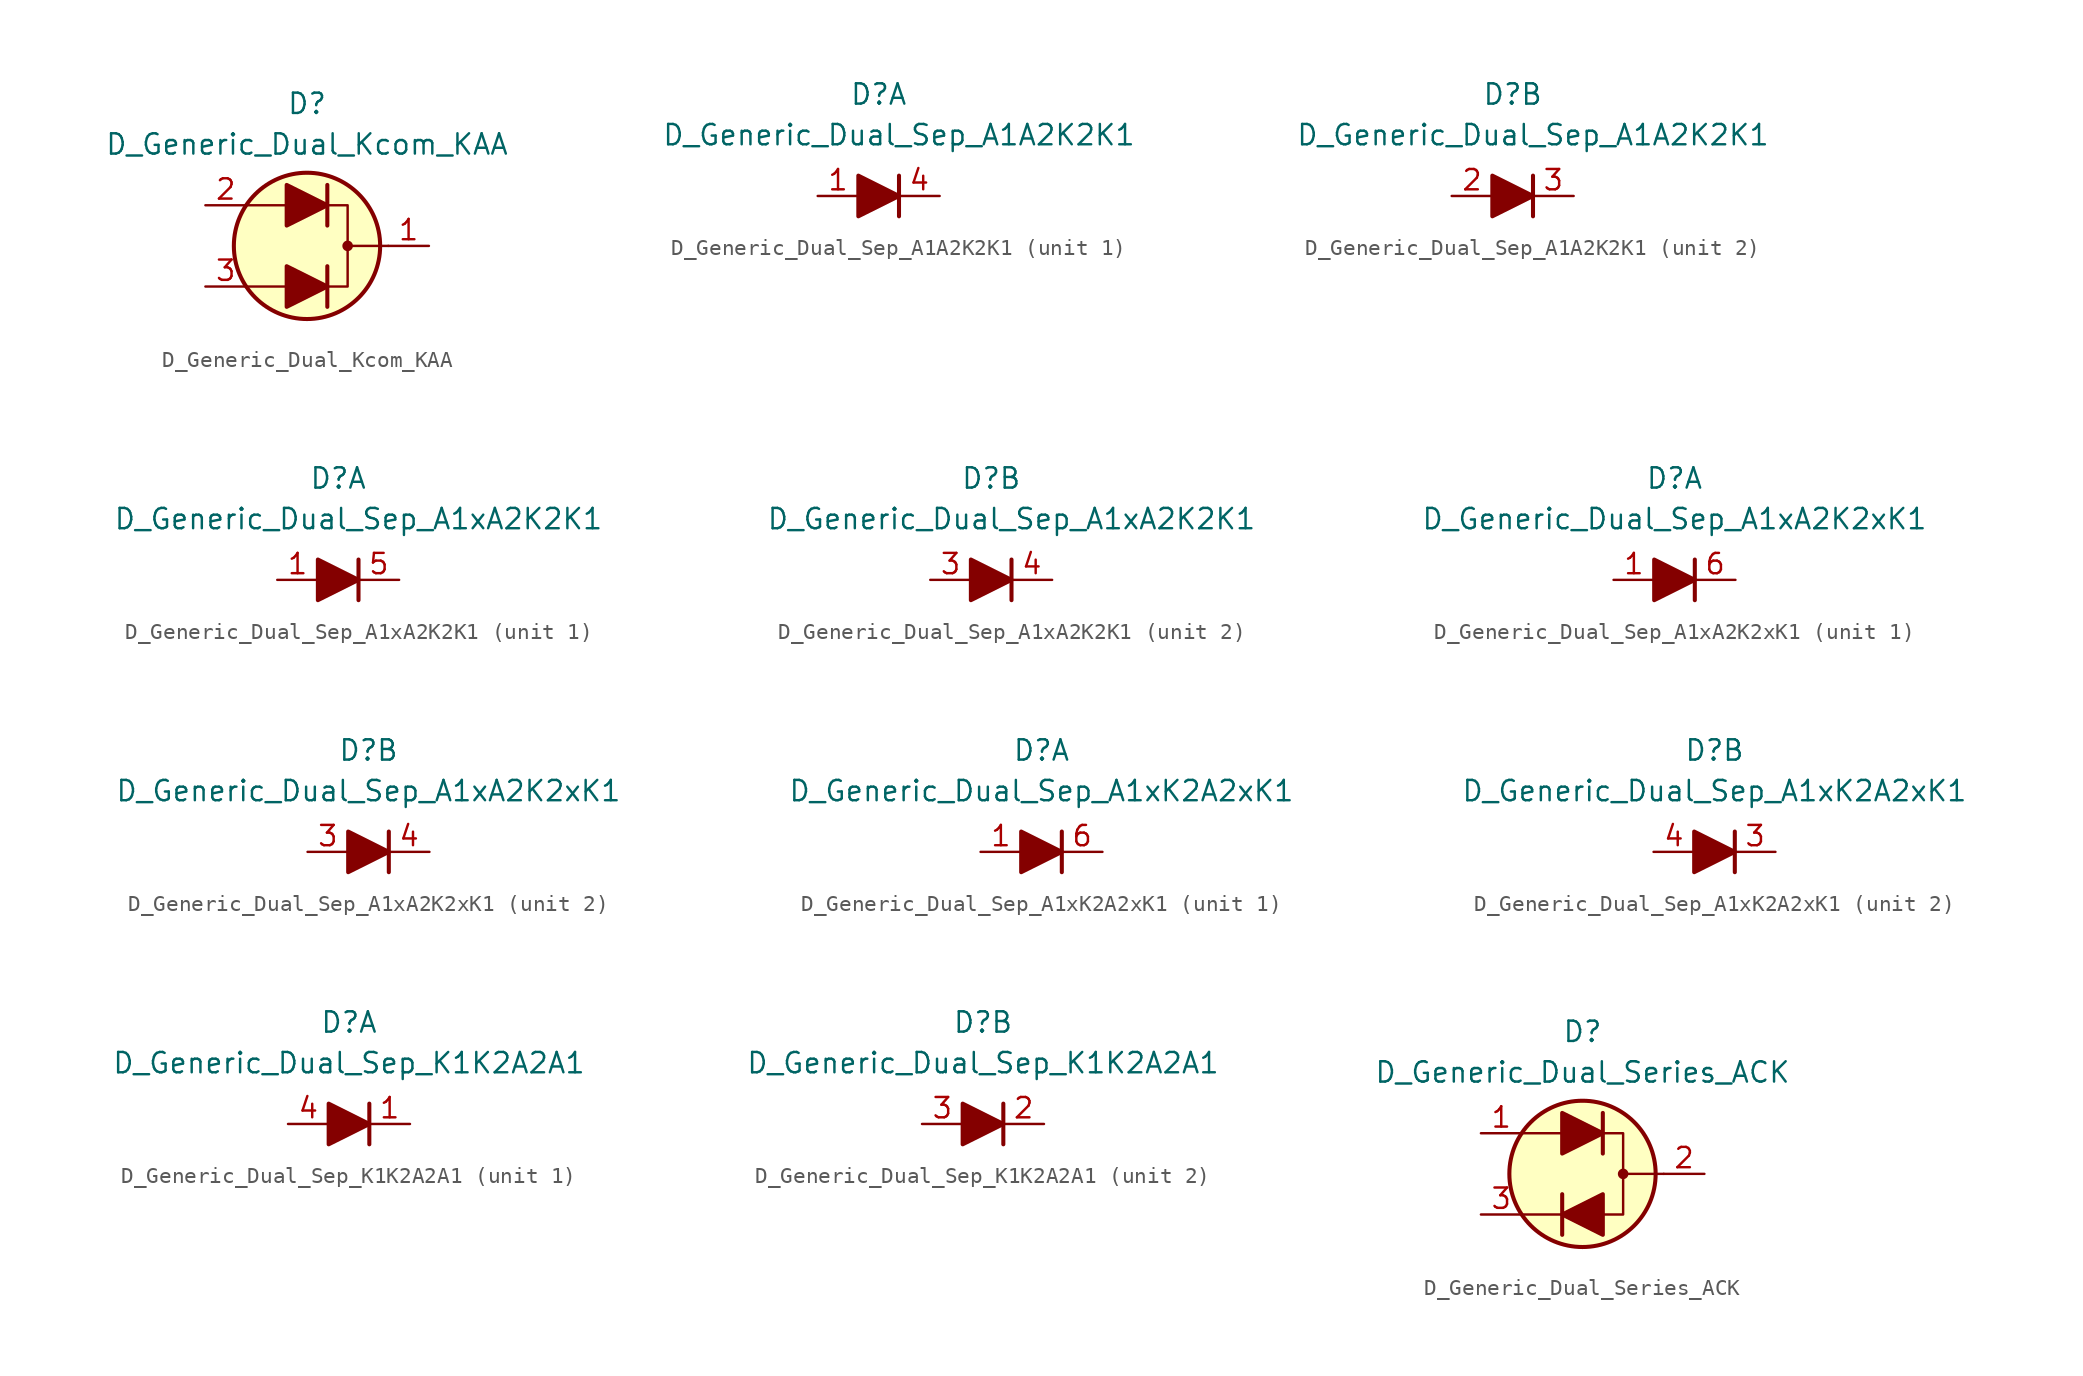
<source format=kicad_sym>
(kicad_symbol_lib
  (version 20210619)
  (generator kicad_symbol_editor)
  (symbol "Diode_AKL:D_Generic_Dual_Kcom_KAA"
    (pin_names
      (offset 1.016) hide)
    (property "Reference" "D"
      (at 0 8.89 0)
      (effects (font (size 1.27 1.27))))
    (property "Value" "D_Generic_Dual_Kcom_KAA"
      (at 0 6.35 0)
      (effects (font (size 1.27 1.27))))
    (symbol "D_Generic_Dual_Kcom_KAA_0_1"
      (circle (center 2.54 0) (radius 0.254) (stroke (width 0)) (fill (type outline)))
      (circle (center 0 0) (radius 4.572) (stroke (width 0.254)) (fill (type background)))
      (polyline (pts (xy -1.27 -2.54) (xy -3.81 -2.54)) (stroke (width 0)) (fill (type none)))
      (polyline (pts (xy -1.27 2.54) (xy -3.81 2.54)) (stroke (width 0)) (fill (type none)))
      (polyline (pts (xy 1.27 -3.81) (xy 1.27 -1.27)) (stroke (width 0.254)) (fill (type none)))
      (polyline (pts (xy 1.27 1.27) (xy 1.27 3.81)) (stroke (width 0.254)) (fill (type none)))
      (polyline (pts (xy 5.08 0) (xy 2.54 0)) (stroke (width 0)) (fill (type none)))
      (polyline (pts (xy 1.27 -2.54) (xy 2.54 -2.54) (xy 2.54 2.54) (xy 1.27 2.54)) (stroke (width 0)) (fill (type none))))
    (symbol "D_Generic_Dual_Kcom_KAA_1_1"
      (polyline (pts (xy -1.27 -2.54) (xy 1.27 -2.54)) (stroke (width 0)) (fill (type none)))
      (polyline (pts (xy -1.27 2.54) (xy 1.27 2.54)) (stroke (width 0)) (fill (type none)))
      (polyline (pts (xy -1.27 -3.81) (xy -1.27 -1.27) (xy 1.27 -2.54) (xy -1.27 -3.81)) (stroke (width 0.254)) (fill (type outline)))
      (polyline (pts (xy -1.27 1.27) (xy -1.27 3.81) (xy 1.27 2.54) (xy -1.27 1.27)) (stroke (width 0.254)) (fill (type outline)))
      (pin passive line (at 7.62 0 180) (length 2.54) (name "K" (effects (font (size 1.27 1.27)))) (number "1" (effects (font (size 1.27 1.27)))))
      (pin passive line (at -6.35 2.54 0) (length 2.54) (name "A2" (effects (font (size 1.27 1.27)))) (number "2" (effects (font (size 1.27 1.27)))))
      (pin passive line (at -6.35 -2.54 0) (length 2.54) (name "A1" (effects (font (size 1.27 1.27)))) (number "3" (effects (font (size 1.27 1.27)))))))
  (symbol "Diode_AKL:D_Generic_Dual_Sep_A1A2K2K1"
    (pin_names
      (offset 1.016) hide)
    (property "Reference" "D"
      (at 0 6.35 0)
      (effects (font (size 1.27 1.27))))
    (property "Value" "D_Generic_Dual_Sep_A1A2K2K1"
      (at 1.27 3.81 0)
      (effects (font (size 1.27 1.27))))
    (symbol "D_Generic_Dual_Sep_A1A2K2K1_0_1"
      (polyline (pts (xy 1.27 1.27) (xy 1.27 -1.27)) (stroke (width 0.254)) (fill (type none))))
    (symbol "D_Generic_Dual_Sep_A1A2K2K1_1_1"
      (polyline (pts (xy -1.27 0) (xy 1.27 0)) (stroke (width 0)) (fill (type none)))
      (polyline (pts (xy -1.27 1.27) (xy -1.27 -1.27) (xy 1.27 0) (xy -1.27 1.27)) (stroke (width 0.254)) (fill (type outline)))
      (pin passive line (at -3.81 0 0) (length 2.54) (name "A1" (effects (font (size 1.27 1.27)))) (number "1" (effects (font (size 1.27 1.27)))))
      (pin passive line (at 3.81 0 180) (length 2.54) (name "K1" (effects (font (size 1.27 1.27)))) (number "4" (effects (font (size 1.27 1.27))))))
    (symbol "D_Generic_Dual_Sep_A1A2K2K1_2_1"
      (polyline (pts (xy -1.27 0) (xy 1.27 0)) (stroke (width 0)) (fill (type none)))
      (polyline (pts (xy -1.27 1.27) (xy -1.27 -1.27) (xy 1.27 0) (xy -1.27 1.27)) (stroke (width 0.254)) (fill (type outline)))
      (pin passive line (at -3.81 0 0) (length 2.54) (name "A2" (effects (font (size 1.27 1.27)))) (number "2" (effects (font (size 1.27 1.27)))))
      (pin passive line (at 3.81 0 180) (length 2.54) (name "K2" (effects (font (size 1.27 1.27)))) (number "3" (effects (font (size 1.27 1.27)))))))
  (symbol "Diode_AKL:D_Generic_Dual_Sep_A1xA2K2K1"
    (pin_names
      (offset 1.016) hide)
    (property "Reference" "D"
      (at 0 6.35 0)
      (effects (font (size 1.27 1.27))))
    (property "Value" "D_Generic_Dual_Sep_A1xA2K2K1"
      (at 1.27 3.81 0)
      (effects (font (size 1.27 1.27))))
    (symbol "D_Generic_Dual_Sep_A1xA2K2K1_0_1"
      (polyline (pts (xy 1.27 1.27) (xy 1.27 -1.27)) (stroke (width 0.254)) (fill (type none))))
    (symbol "D_Generic_Dual_Sep_A1xA2K2K1_1_1"
      (polyline (pts (xy -1.27 0) (xy 1.27 0)) (stroke (width 0)) (fill (type none)))
      (polyline (pts (xy -1.27 1.27) (xy -1.27 -1.27) (xy 1.27 0) (xy -1.27 1.27)) (stroke (width 0.254)) (fill (type outline)))
      (pin passive line (at -3.81 0 0) (length 2.54) (name "A1" (effects (font (size 1.27 1.27)))) (number "1" (effects (font (size 1.27 1.27)))))
      (pin passive line (at 3.81 0 180) (length 2.54) (name "K1" (effects (font (size 1.27 1.27)))) (number "5" (effects (font (size 1.27 1.27))))))
    (symbol "D_Generic_Dual_Sep_A1xA2K2K1_2_1"
      (polyline (pts (xy -1.27 0) (xy 1.27 0)) (stroke (width 0)) (fill (type none)))
      (polyline (pts (xy -1.27 1.27) (xy -1.27 -1.27) (xy 1.27 0) (xy -1.27 1.27)) (stroke (width 0.254)) (fill (type outline)))
      (pin passive line (at -3.81 0 0) (length 2.54) (name "A2" (effects (font (size 1.27 1.27)))) (number "3" (effects (font (size 1.27 1.27)))))
      (pin passive line (at 3.81 0 180) (length 2.54) (name "K2" (effects (font (size 1.27 1.27)))) (number "4" (effects (font (size 1.27 1.27)))))))
  (symbol "Diode_AKL:D_Generic_Dual_Sep_A1xA2K2xK1"
    (pin_names
      (offset 1.016) hide)
    (property "Reference" "D"
      (at 0 6.35 0)
      (effects (font (size 1.27 1.27))))
    (property "Value" "D_Generic_Dual_Sep_A1xA2K2xK1"
      (at 0 3.81 0)
      (effects (font (size 1.27 1.27))))
    (property "ki_locked" ""
      (at 0 0 0)
      (effects (font (size 1.27 1.27))))
    (symbol "D_Generic_Dual_Sep_A1xA2K2xK1_0_1"
      (polyline (pts (xy 1.27 1.27) (xy 1.27 -1.27)) (stroke (width 0.254)) (fill (type none))))
    (symbol "D_Generic_Dual_Sep_A1xA2K2xK1_1_1"
      (polyline (pts (xy -1.27 0) (xy 1.27 0)) (stroke (width 0)) (fill (type none)))
      (polyline (pts (xy -1.27 1.27) (xy -1.27 -1.27) (xy 1.27 0) (xy -1.27 1.27)) (stroke (width 0.254)) (fill (type outline)))
      (pin passive line (at -3.81 0 0) (length 2.54) (name "A1" (effects (font (size 1.27 1.27)))) (number "1" (effects (font (size 1.27 1.27)))))
      (pin passive line (at 3.81 0 180) (length 2.54) (name "K1" (effects (font (size 1.27 1.27)))) (number "6" (effects (font (size 1.27 1.27))))))
    (symbol "D_Generic_Dual_Sep_A1xA2K2xK1_2_1"
      (polyline (pts (xy 1.27 0) (xy -1.27 0)) (stroke (width 0)) (fill (type none)))
      (polyline (pts (xy -1.27 -1.27) (xy -1.27 1.27) (xy 1.27 0) (xy -1.27 -1.27)) (stroke (width 0.254)) (fill (type outline)))
      (pin passive line (at -3.81 0 0) (length 2.54) (name "A2" (effects (font (size 1.27 1.27)))) (number "3" (effects (font (size 1.27 1.27)))))
      (pin passive line (at 3.81 0 180) (length 2.54) (name "K2" (effects (font (size 1.27 1.27)))) (number "4" (effects (font (size 1.27 1.27)))))))
  (symbol "Diode_AKL:D_Generic_Dual_Sep_A1xK2A2xK1"
    (pin_names
      (offset 1.016) hide)
    (property "Reference" "D"
      (at 0 6.35 0)
      (effects (font (size 1.27 1.27))))
    (property "Value" "D_Generic_Dual_Sep_A1xK2A2xK1"
      (at 0 3.81 0)
      (effects (font (size 1.27 1.27))))
    (property "ki_locked" ""
      (at 0 0 0)
      (effects (font (size 1.27 1.27))))
    (symbol "D_Generic_Dual_Sep_A1xK2A2xK1_0_1"
      (polyline (pts (xy 1.27 1.27) (xy 1.27 -1.27)) (stroke (width 0.254)) (fill (type none))))
    (symbol "D_Generic_Dual_Sep_A1xK2A2xK1_1_1"
      (polyline (pts (xy -1.27 0) (xy 1.27 0)) (stroke (width 0)) (fill (type none)))
      (polyline (pts (xy -1.27 1.27) (xy -1.27 -1.27) (xy 1.27 0) (xy -1.27 1.27)) (stroke (width 0.254)) (fill (type outline)))
      (pin passive line (at -3.81 0 0) (length 2.54) (name "A1" (effects (font (size 1.27 1.27)))) (number "1" (effects (font (size 1.27 1.27)))))
      (pin passive line (at 3.81 0 180) (length 2.54) (name "K1" (effects (font (size 1.27 1.27)))) (number "6" (effects (font (size 1.27 1.27))))))
    (symbol "D_Generic_Dual_Sep_A1xK2A2xK1_2_1"
      (polyline (pts (xy -1.27 0) (xy 1.27 0)) (stroke (width 0)) (fill (type none)))
      (polyline (pts (xy -1.27 1.27) (xy -1.27 -1.27) (xy 1.27 0) (xy -1.27 1.27)) (stroke (width 0.254)) (fill (type outline)))
      (pin passive line (at 3.81 0 180) (length 2.54) (name "K2" (effects (font (size 1.27 1.27)))) (number "3" (effects (font (size 1.27 1.27)))))
      (pin passive line (at -3.81 0 0) (length 2.54) (name "A2" (effects (font (size 1.27 1.27)))) (number "4" (effects (font (size 1.27 1.27)))))))
  (symbol "Diode_AKL:D_Generic_Dual_Sep_K1K2A2A1"
    (pin_names
      (offset 1.016) hide)
    (property "Reference" "D"
      (at 0 6.35 0)
      (effects (font (size 1.27 1.27))))
    (property "Value" "D_Generic_Dual_Sep_K1K2A2A1"
      (at 0 3.81 0)
      (effects (font (size 1.27 1.27))))
    (property "ki_locked" ""
      (at 0 0 0)
      (effects (font (size 1.27 1.27))))
    (symbol "D_Generic_Dual_Sep_K1K2A2A1_0_1"
      (polyline (pts (xy 1.27 1.27) (xy 1.27 -1.27)) (stroke (width 0.254)) (fill (type none))))
    (symbol "D_Generic_Dual_Sep_K1K2A2A1_1_1"
      (polyline (pts (xy -1.27 0) (xy 1.27 0)) (stroke (width 0)) (fill (type none)))
      (polyline (pts (xy -1.27 1.27) (xy -1.27 -1.27) (xy 1.27 0) (xy -1.27 1.27)) (stroke (width 0.254)) (fill (type outline)))
      (pin passive line (at 3.81 0 180) (length 2.54) (name "K1" (effects (font (size 1.27 1.27)))) (number "1" (effects (font (size 1.27 1.27)))))
      (pin passive line (at -3.81 0 0) (length 2.54) (name "A1" (effects (font (size 1.27 1.27)))) (number "4" (effects (font (size 1.27 1.27))))))
    (symbol "D_Generic_Dual_Sep_K1K2A2A1_2_1"
      (polyline (pts (xy -1.27 0) (xy 1.27 0)) (stroke (width 0)) (fill (type none)))
      (polyline (pts (xy -1.27 1.27) (xy -1.27 -1.27) (xy 1.27 0) (xy -1.27 1.27)) (stroke (width 0.254)) (fill (type outline)))
      (pin passive line (at 3.81 0 180) (length 2.54) (name "K2" (effects (font (size 1.27 1.27)))) (number "2" (effects (font (size 1.27 1.27)))))
      (pin passive line (at -3.81 0 0) (length 2.54) (name "A2" (effects (font (size 1.27 1.27)))) (number "3" (effects (font (size 1.27 1.27)))))))
  (symbol "Diode_AKL:D_Generic_Dual_Series_ACK"
    (pin_names
      (offset 1.016) hide)
    (property "Reference" "D"
      (at 0 8.89 0)
      (effects (font (size 1.27 1.27))))
    (property "Value" "D_Generic_Dual_Series_ACK"
      (at 0 6.35 0)
      (effects (font (size 1.27 1.27))))
    (symbol "D_Generic_Dual_Series_ACK_0_1"
      (circle (center 2.54 0) (radius 0.254) (stroke (width 0)) (fill (type outline)))
      (circle (center 0 0) (radius 4.572) (stroke (width 0.254)) (fill (type background)))
      (polyline (pts (xy -1.27 -2.54) (xy -3.81 -2.54)) (stroke (width 0)) (fill (type none)))
      (polyline (pts (xy -1.27 -1.27) (xy -1.27 -3.81)) (stroke (width 0.254)) (fill (type none)))
      (polyline (pts (xy -1.27 2.54) (xy -3.81 2.54)) (stroke (width 0)) (fill (type none)))
      (polyline (pts (xy 1.27 3.81) (xy 1.27 1.27)) (stroke (width 0.254)) (fill (type none)))
      (polyline (pts (xy 5.08 0) (xy 2.54 0)) (stroke (width 0)) (fill (type none)))
      (polyline (pts (xy 1.27 -2.54) (xy 2.54 -2.54) (xy 2.54 2.54) (xy 1.27 2.54)) (stroke (width 0)) (fill (type none))))
    (symbol "D_Generic_Dual_Series_ACK_1_1"
      (polyline (pts (xy -1.27 2.54) (xy 1.27 2.54)) (stroke (width 0)) (fill (type none)))
      (polyline (pts (xy 1.27 -2.54) (xy -1.27 -2.54)) (stroke (width 0)) (fill (type none)))
      (polyline (pts (xy -1.27 1.27) (xy -1.27 3.81) (xy 1.27 2.54) (xy -1.27 1.27)) (stroke (width 0.254)) (fill (type outline)))
      (polyline (pts (xy 1.27 -1.27) (xy 1.27 -3.81) (xy -1.27 -2.54) (xy 1.27 -1.27)) (stroke (width 0.254)) (fill (type outline)))
      (pin passive line (at -6.35 2.54 0) (length 2.54) (name "A" (effects (font (size 1.27 1.27)))) (number "1" (effects (font (size 1.27 1.27)))))
      (pin passive line (at 7.62 0 180) (length 2.54) (name "C" (effects (font (size 1.27 1.27)))) (number "2" (effects (font (size 1.27 1.27)))))
      (pin passive line (at -6.35 -2.54 0) (length 2.54) (name "K" (effects (font (size 1.27 1.27)))) (number "3" (effects (font (size 1.27 1.27))))))))
</source>
